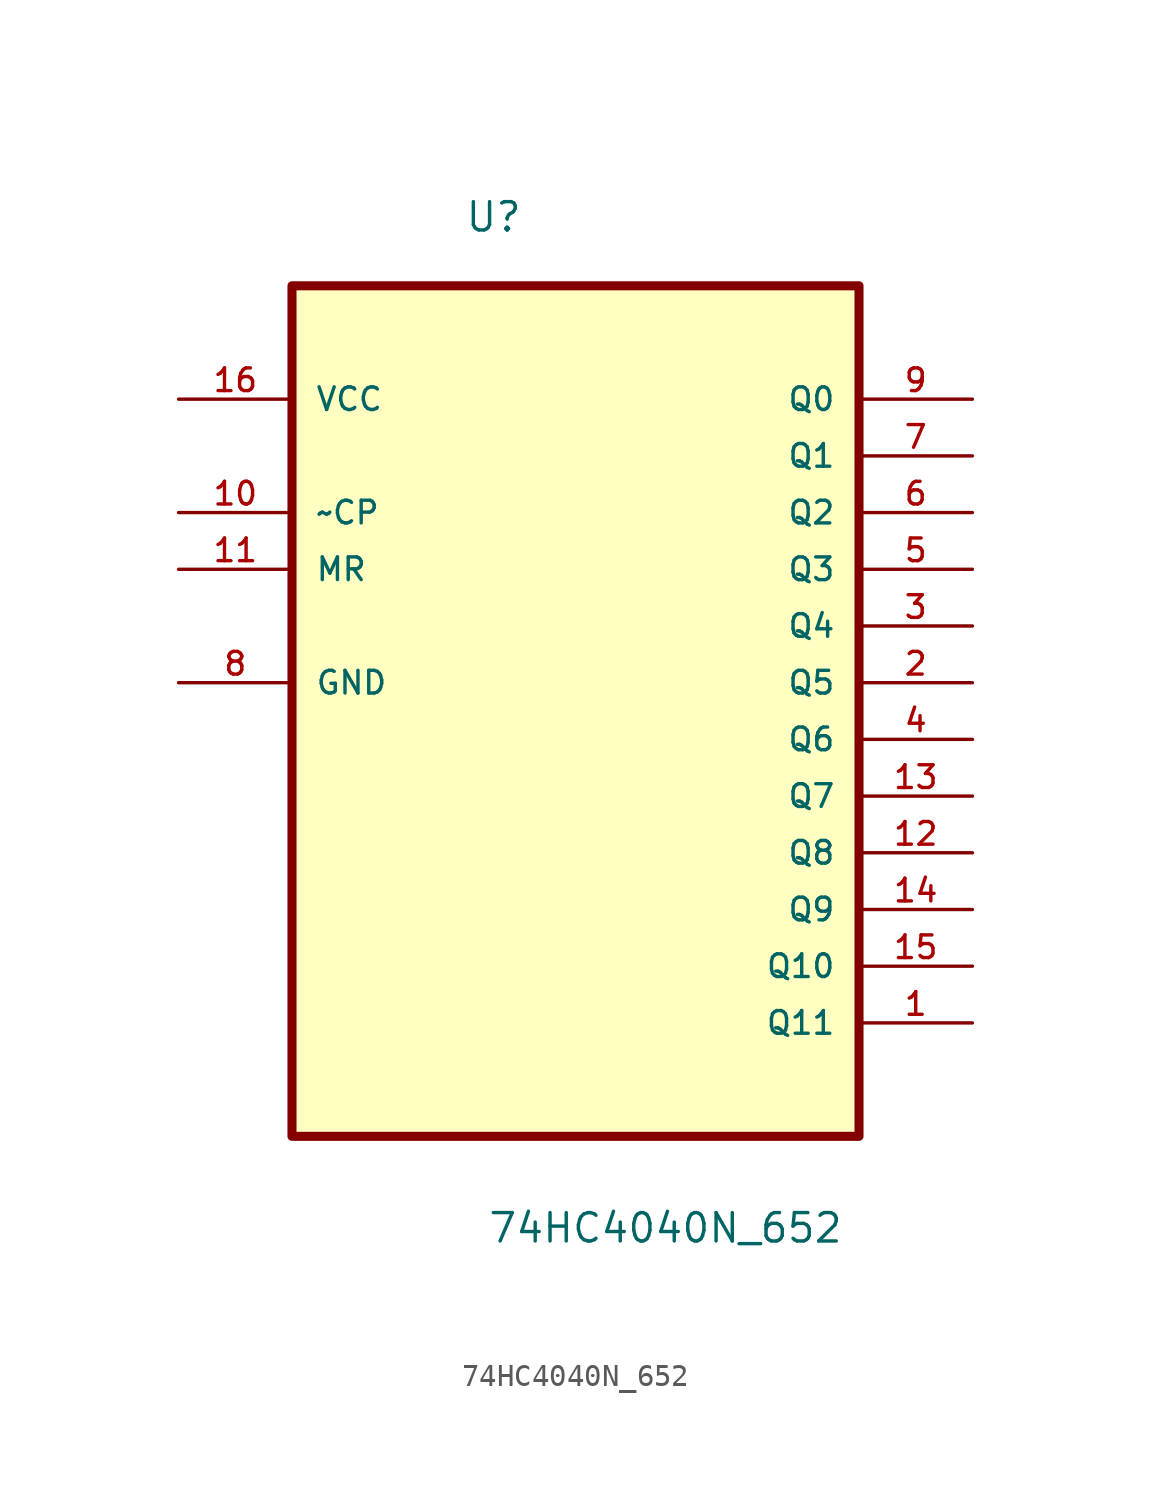
<source format=kicad_sym>
(kicad_symbol_lib
  (version 20211014)
  (generator kicad_symbol_editor)
  (symbol "74HC4040N_652"
    (pin_names
      (offset 1.016))
    (property "Reference" "U"
      (at -4.978 17.577 0.0)
      (effects (font (size 1.27 1.27)) (justify bottom left)))
    (property "Value" "74HC4040N_652"
      (at -3.962 -27.711 0.0)
      (effects (font (size 1.27 1.27)) (justify bottom left)))
    (symbol "74HC4040N_652_0_0"
      (rectangle (start -12.7 -22.86) (end 12.7 15.24) (stroke (width 0.406)) (fill (type background)))
      (pin power_in line (at -17.78 10.16 0) (length 5.08) (name "VCC" (effects (font (size 1.016 1.016)))) (number "16" (effects (font (size 1.016 1.016)))))
      (pin input line (at -17.78 5.08 0) (length 5.08) (name "~CP" (effects (font (size 1.016 1.016)))) (number "10" (effects (font (size 1.016 1.016)))))
      (pin input line (at -17.78 2.54 0) (length 5.08) (name "MR" (effects (font (size 1.016 1.016)))) (number "11" (effects (font (size 1.016 1.016)))))
      (pin passive line (at -17.78 -2.54 0) (length 5.08) (name "GND" (effects (font (size 1.016 1.016)))) (number "8" (effects (font (size 1.016 1.016)))))
      (pin output line (at 17.78 10.16 180.0) (length 5.08) (name "Q0" (effects (font (size 1.016 1.016)))) (number "9" (effects (font (size 1.016 1.016)))))
      (pin output line (at 17.78 7.62 180.0) (length 5.08) (name "Q1" (effects (font (size 1.016 1.016)))) (number "7" (effects (font (size 1.016 1.016)))))
      (pin output line (at 17.78 5.08 180.0) (length 5.08) (name "Q2" (effects (font (size 1.016 1.016)))) (number "6" (effects (font (size 1.016 1.016)))))
      (pin output line (at 17.78 2.54 180.0) (length 5.08) (name "Q3" (effects (font (size 1.016 1.016)))) (number "5" (effects (font (size 1.016 1.016)))))
      (pin output line (at 17.78 0.0 180.0) (length 5.08) (name "Q4" (effects (font (size 1.016 1.016)))) (number "3" (effects (font (size 1.016 1.016)))))
      (pin output line (at 17.78 -2.54 180.0) (length 5.08) (name "Q5" (effects (font (size 1.016 1.016)))) (number "2" (effects (font (size 1.016 1.016)))))
      (pin output line (at 17.78 -5.08 180.0) (length 5.08) (name "Q6" (effects (font (size 1.016 1.016)))) (number "4" (effects (font (size 1.016 1.016)))))
      (pin output line (at 17.78 -7.62 180.0) (length 5.08) (name "Q7" (effects (font (size 1.016 1.016)))) (number "13" (effects (font (size 1.016 1.016)))))
      (pin output line (at 17.78 -10.16 180.0) (length 5.08) (name "Q8" (effects (font (size 1.016 1.016)))) (number "12" (effects (font (size 1.016 1.016)))))
      (pin output line (at 17.78 -12.7 180.0) (length 5.08) (name "Q9" (effects (font (size 1.016 1.016)))) (number "14" (effects (font (size 1.016 1.016)))))
      (pin output line (at 17.78 -15.24 180.0) (length 5.08) (name "Q10" (effects (font (size 1.016 1.016)))) (number "15" (effects (font (size 1.016 1.016)))))
      (pin output line (at 17.78 -17.78 180.0) (length 5.08) (name "Q11" (effects (font (size 1.016 1.016)))) (number "1" (effects (font (size 1.016 1.016))))))))
</source>
